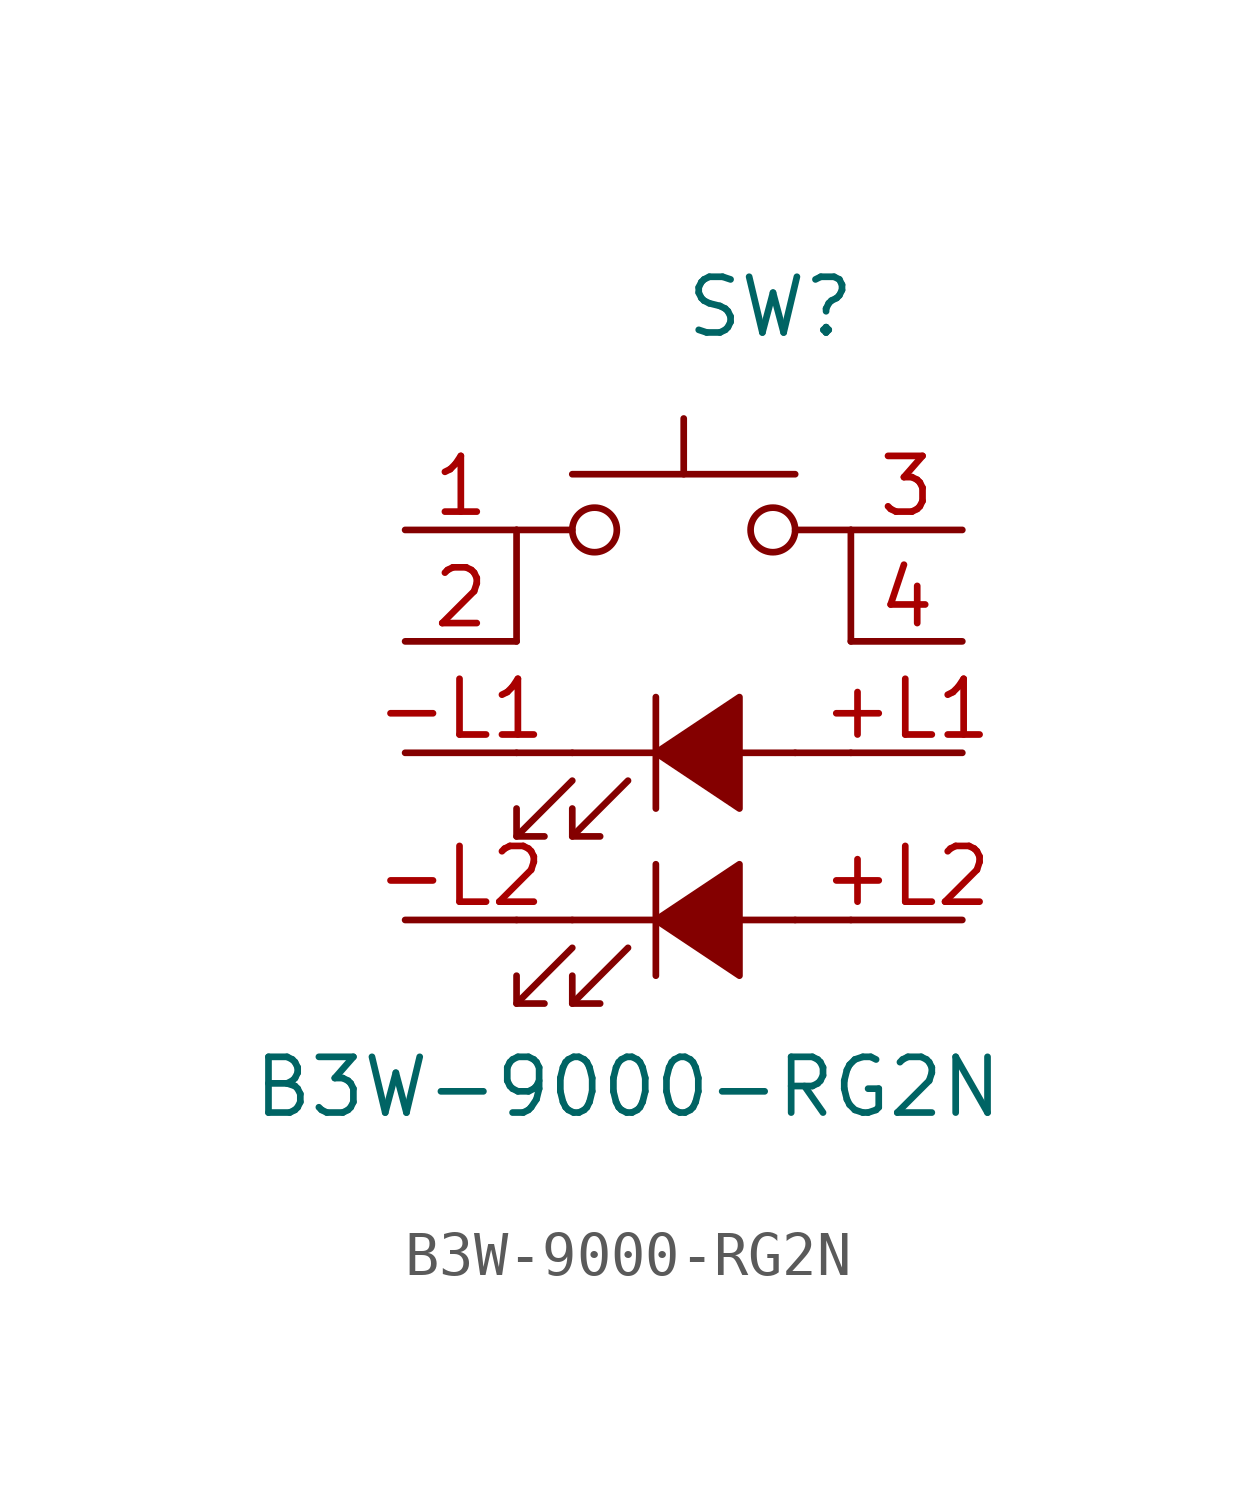
<source format=kicad_sym>
(kicad_symbol_lib
  (version 20231120)
  (generator "kicad_symbol_editor")
  (generator_version "8.0")
  (symbol "B3W-9000-RG2N"
    (pin_names
      (offset 1.016) hide)
    (property "Reference" "SW"
      (at -1.27 7.62 0)
      (effects (font (size 1.27 1.27)) (justify left)))
    (property "Value" "B3W-9000-RG2N"
      (at -2.54 -10.16 0)
      (effects (font (size 1.27 1.27))))
    (symbol "B3W-9000-RG2N_0_0"
      (polyline (pts (xy -5.08 -8.255) (xy -3.81 -6.985)) (stroke (width 0) (type solid)) (fill (type none)))
      (polyline (pts (xy -5.08 -4.445) (xy -3.81 -3.175)) (stroke (width 0) (type solid)) (fill (type none)))
      (polyline (pts (xy -3.81 -8.255) (xy -2.54 -6.985)) (stroke (width 0) (type solid)) (fill (type none)))
      (polyline (pts (xy -3.81 -6.35) (xy 1.27 -6.35)) (stroke (width 0) (type solid)) (fill (type none)))
      (polyline (pts (xy -3.81 -4.445) (xy -2.54 -3.175)) (stroke (width 0) (type solid)) (fill (type none)))
      (polyline (pts (xy -3.81 -2.54) (xy 1.27 -2.54)) (stroke (width 0) (type solid)) (fill (type none)))
      (polyline (pts (xy -1.905 -5.08) (xy -1.905 -7.62)) (stroke (width 0) (type solid)) (fill (type none)))
      (polyline (pts (xy -1.905 -1.27) (xy -1.905 -3.81)) (stroke (width 0) (type solid)) (fill (type none)))
      (polyline (pts (xy -5.08 -7.62) (xy -5.08 -8.255) (xy -4.445 -8.255)) (stroke (width 0) (type solid)) (fill (type none)))
      (polyline (pts (xy -5.08 -3.81) (xy -5.08 -4.445) (xy -4.445 -4.445)) (stroke (width 0) (type solid)) (fill (type none)))
      (polyline (pts (xy -3.81 -7.62) (xy -3.81 -8.255) (xy -3.175 -8.255)) (stroke (width 0) (type solid)) (fill (type none)))
      (polyline (pts (xy -3.81 -3.81) (xy -3.81 -4.445) (xy -3.175 -4.445)) (stroke (width 0) (type solid)) (fill (type none)))
      (polyline (pts (xy -1.905 -6.35) (xy 0 -5.08) (xy 0 -7.62) (xy -1.905 -6.35)) (stroke (width 0) (type solid)) (fill (type outline)))
      (polyline (pts (xy -1.905 -2.54) (xy 0 -1.27) (xy 0 -3.81) (xy -1.905 -2.54)) (stroke (width 0) (type solid)) (fill (type outline))))
    (symbol "B3W-9000-RG2N_0_1"
      (circle (center -3.302 2.54) (radius 0.508) (stroke (width 0) (type solid)) (fill (type none)))
      (polyline (pts (xy -5.08 -6.35) (xy -3.81 -6.35)) (stroke (width 0) (type solid)) (fill (type none)))
      (polyline (pts (xy -5.08 -2.54) (xy -3.81 -2.54)) (stroke (width 0) (type solid)) (fill (type none)))
      (polyline (pts (xy -5.08 0) (xy -5.08 2.54)) (stroke (width 0) (type solid)) (fill (type none)))
      (polyline (pts (xy -5.08 2.54) (xy -3.81 2.54)) (stroke (width 0) (type solid)) (fill (type none)))
      (polyline (pts (xy -3.81 3.81) (xy 1.27 3.81)) (stroke (width 0) (type solid)) (fill (type none)))
      (polyline (pts (xy -1.27 3.81) (xy -1.27 5.08)) (stroke (width 0) (type solid)) (fill (type none)))
      (polyline (pts (xy 1.27 -6.35) (xy 2.54 -6.35)) (stroke (width 0) (type solid)) (fill (type none)))
      (polyline (pts (xy 1.27 -2.54) (xy 2.54 -2.54)) (stroke (width 0) (type solid)) (fill (type none)))
      (polyline (pts (xy 2.54 0) (xy 2.54 2.54)) (stroke (width 0) (type solid)) (fill (type none)))
      (polyline (pts (xy 2.54 2.54) (xy 1.27 2.54)) (stroke (width 0) (type solid)) (fill (type none)))
      (circle (center 0.762 2.54) (radius 0.508) (stroke (width 0) (type solid)) (fill (type none)))
      (pin passive line (at 5.08 -2.54 180) (length 2.54) (name "+L1" (effects (font (size 1.27 1.27)))) (number "+L1" (effects (font (size 1.27 1.27)))))
      (pin passive line (at 5.08 -6.35 180) (length 2.54) (name "+L2" (effects (font (size 1.27 1.27)))) (number "+L2" (effects (font (size 1.27 1.27)))))
      (pin passive line (at -7.62 -2.54 0) (length 2.54) (name "-L1" (effects (font (size 1.27 1.27)))) (number "-L1" (effects (font (size 1.27 1.27)))))
      (pin passive line (at -7.62 -6.35 0) (length 2.54) (name "-L2" (effects (font (size 1.27 1.27)))) (number "-L2" (effects (font (size 1.27 1.27)))))
      (pin passive line (at -7.62 2.54 0) (length 2.54) (name "1" (effects (font (size 1.27 1.27)))) (number "1" (effects (font (size 1.27 1.27)))))
      (pin passive line (at -7.62 0 0) (length 2.54) (name "2" (effects (font (size 1.27 1.27)))) (number "2" (effects (font (size 1.27 1.27)))))
      (pin passive line (at 5.08 2.54 180) (length 2.54) (name "3" (effects (font (size 1.27 1.27)))) (number "3" (effects (font (size 1.27 1.27)))))
      (pin passive line (at 5.08 0 180) (length 2.54) (name "4" (effects (font (size 1.27 1.27)))) (number "4" (effects (font (size 1.27 1.27))))))))
</source>
